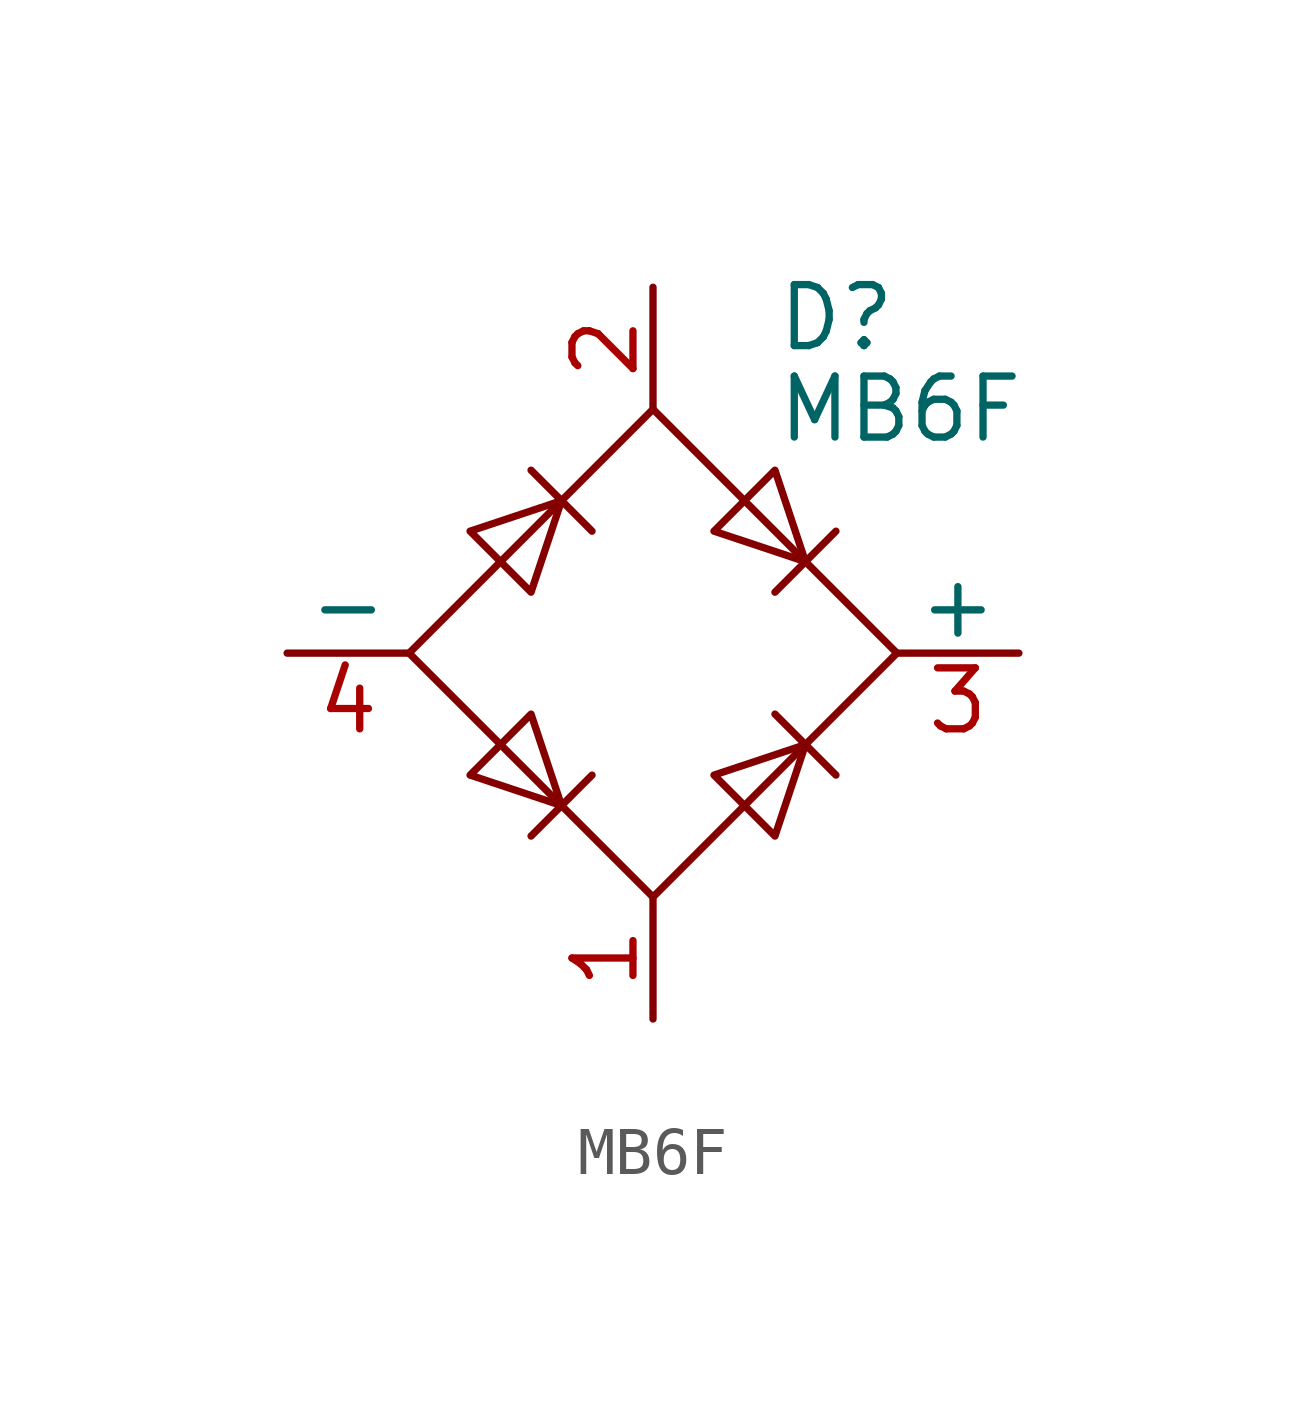
<source format=kicad_sym>
(kicad_symbol_lib
  (version 20211014)
  (generator kicad_symbol_editor)
  (symbol "MB6F"
    (pin_names
      (offset 0))
    (property "Reference" "D"
      (at 2.54 6.985 0)
      (effects (font (size 1.27 1.27)) (justify left)))
    (property "Value" "MB6F"
      (at 2.54 5.08 0)
      (effects (font (size 1.27 1.27)) (justify left)))
    (symbol "MB6F_0_1"
      (polyline (pts (xy -2.54 3.81) (xy -1.27 2.54)) (stroke (width 0) (type default) (color 0 0 0 0)) (fill (type none)))
      (polyline (pts (xy -1.27 -2.54) (xy -2.54 -3.81)) (stroke (width 0) (type default) (color 0 0 0 0)) (fill (type none)))
      (polyline (pts (xy 2.54 -1.27) (xy 3.81 -2.54)) (stroke (width 0) (type default) (color 0 0 0 0)) (fill (type none)))
      (polyline (pts (xy 2.54 1.27) (xy 3.81 2.54)) (stroke (width 0) (type default) (color 0 0 0 0)) (fill (type none)))
      (polyline (pts (xy -3.81 2.54) (xy -2.54 1.27) (xy -1.905 3.175) (xy -3.81 2.54)) (stroke (width 0) (type default) (color 0 0 0 0)) (fill (type none)))
      (polyline (pts (xy -2.54 -1.27) (xy -3.81 -2.54) (xy -1.905 -3.175) (xy -2.54 -1.27)) (stroke (width 0) (type default) (color 0 0 0 0)) (fill (type none)))
      (polyline (pts (xy 1.27 2.54) (xy 2.54 3.81) (xy 3.175 1.905) (xy 1.27 2.54)) (stroke (width 0) (type default) (color 0 0 0 0)) (fill (type none)))
      (polyline (pts (xy 3.175 -1.905) (xy 1.27 -2.54) (xy 2.54 -3.81) (xy 3.175 -1.905)) (stroke (width 0) (type default) (color 0 0 0 0)) (fill (type none)))
      (polyline (pts (xy -5.08 0) (xy 0 -5.08) (xy 5.08 0) (xy 0 5.08) (xy -5.08 0)) (stroke (width 0) (type default) (color 0 0 0 0)) (fill (type none))))
    (symbol "MB6F_1_1"
      (pin passive line (at 0 -7.62 90) (length 2.54) (name "~" (effects (font (size 1.27 1.27)))) (number "1" (effects (font (size 1.27 1.27)))))
      (pin passive line (at 0 7.62 270) (length 2.54) (name "~" (effects (font (size 1.27 1.27)))) (number "2" (effects (font (size 1.27 1.27)))))
      (pin passive line (at 7.62 0 180) (length 2.54) (name "+" (effects (font (size 1.27 1.27)))) (number "3" (effects (font (size 1.27 1.27)))))
      (pin passive line (at -7.62 0 0) (length 2.54) (name "-" (effects (font (size 1.27 1.27)))) (number "4" (effects (font (size 1.27 1.27))))))))
</source>
